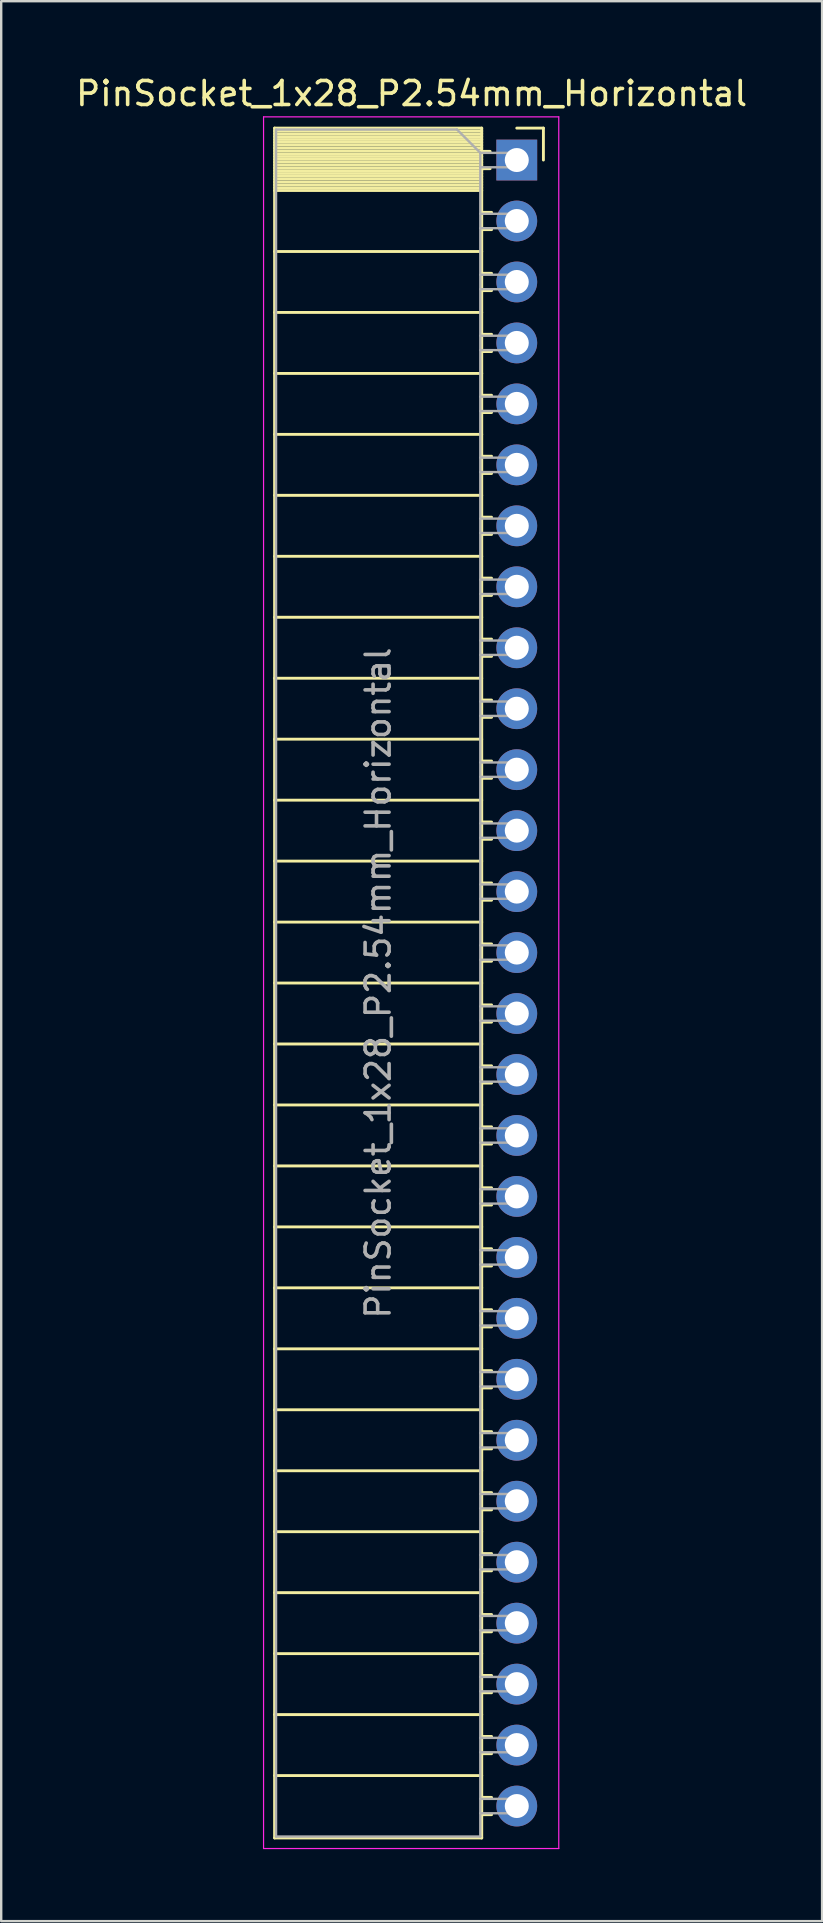
<source format=kicad_pcb>
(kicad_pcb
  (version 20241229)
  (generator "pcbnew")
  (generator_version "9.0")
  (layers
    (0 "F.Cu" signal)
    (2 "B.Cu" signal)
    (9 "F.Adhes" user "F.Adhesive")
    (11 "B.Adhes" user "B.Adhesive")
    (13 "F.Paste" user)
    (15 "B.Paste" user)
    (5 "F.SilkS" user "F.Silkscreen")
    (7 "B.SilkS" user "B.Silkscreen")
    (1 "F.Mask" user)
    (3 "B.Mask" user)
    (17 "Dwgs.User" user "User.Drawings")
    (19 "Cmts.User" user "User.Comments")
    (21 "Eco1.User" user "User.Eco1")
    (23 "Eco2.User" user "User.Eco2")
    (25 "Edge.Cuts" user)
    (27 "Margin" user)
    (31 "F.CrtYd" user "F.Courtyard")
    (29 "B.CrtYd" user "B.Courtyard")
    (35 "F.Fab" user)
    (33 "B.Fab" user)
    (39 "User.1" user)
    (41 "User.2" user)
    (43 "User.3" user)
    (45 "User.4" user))
  (footprint "PinSocket_1x28_P2.54mm_Horizontal"
    (layer "F.Cu")
    (at 18.481 3.618)
    (property "Reference" "PinSocket_1x28_P2.54mm_Horizontal" (at -4.38 -2.77 0) (layer "F.SilkS") (effects (font (size 1 1) (thickness 0.15))))
    (attr through_hole)
    (fp_line (start -10.09 -1.33) (end -10.09 69.91) (stroke (width 0.12) (type solid)) (layer "F.SilkS"))
    (fp_line (start -10.09 -1.33) (end -1.46 -1.33) (stroke (width 0.12) (type solid)) (layer "F.SilkS"))
    (fp_line (start -10.09 -1.21) (end -1.46 -1.21) (stroke (width 0.12) (type solid)) (layer "F.SilkS"))
    (fp_line (start -10.09 -1.092) (end -1.46 -1.092) (stroke (width 0.12) (type solid)) (layer "F.SilkS"))
    (fp_line (start -10.09 -0.974) (end -1.46 -0.974) (stroke (width 0.12) (type solid)) (layer "F.SilkS"))
    (fp_line (start -10.09 -0.856) (end -1.46 -0.856) (stroke (width 0.12) (type solid)) (layer "F.SilkS"))
    (fp_line (start -10.09 -0.738) (end -1.46 -0.738) (stroke (width 0.12) (type solid)) (layer "F.SilkS"))
    (fp_line (start -10.09 -0.62) (end -1.46 -0.62) (stroke (width 0.12) (type solid)) (layer "F.SilkS"))
    (fp_line (start -10.09 -0.501) (end -1.46 -0.501) (stroke (width 0.12) (type solid)) (layer "F.SilkS"))
    (fp_line (start -10.09 -0.383) (end -1.46 -0.383) (stroke (width 0.12) (type solid)) (layer "F.SilkS"))
    (fp_line (start -10.09 -0.265) (end -1.46 -0.265) (stroke (width 0.12) (type solid)) (layer "F.SilkS"))
    (fp_line (start -10.09 -0.147) (end -1.46 -0.147) (stroke (width 0.12) (type solid)) (layer "F.SilkS"))
    (fp_line (start -10.09 -0.029) (end -1.46 -0.029) (stroke (width 0.12) (type solid)) (layer "F.SilkS"))
    (fp_line (start -10.09 0.089) (end -1.46 0.089) (stroke (width 0.12) (type solid)) (layer "F.SilkS"))
    (fp_line (start -10.09 0.207) (end -1.46 0.207) (stroke (width 0.12) (type solid)) (layer "F.SilkS"))
    (fp_line (start -10.09 0.325) (end -1.46 0.325) (stroke (width 0.12) (type solid)) (layer "F.SilkS"))
    (fp_line (start -10.09 0.443) (end -1.46 0.443) (stroke (width 0.12) (type solid)) (layer "F.SilkS"))
    (fp_line (start -10.09 0.561) (end -1.46 0.561) (stroke (width 0.12) (type solid)) (layer "F.SilkS"))
    (fp_line (start -10.09 0.68) (end -1.46 0.68) (stroke (width 0.12) (type solid)) (layer "F.SilkS"))
    (fp_line (start -10.09 0.798) (end -1.46 0.798) (stroke (width 0.12) (type solid)) (layer "F.SilkS"))
    (fp_line (start -10.09 0.916) (end -1.46 0.916) (stroke (width 0.12) (type solid)) (layer "F.SilkS"))
    (fp_line (start -10.09 1.034) (end -1.46 1.034) (stroke (width 0.12) (type solid)) (layer "F.SilkS"))
    (fp_line (start -10.09 1.152) (end -1.46 1.152) (stroke (width 0.12) (type solid)) (layer "F.SilkS"))
    (fp_line (start -10.09 1.27) (end -1.46 1.27) (stroke (width 0.12) (type solid)) (layer "F.SilkS"))
    (fp_line (start -10.09 3.81) (end -1.46 3.81) (stroke (width 0.12) (type solid)) (layer "F.SilkS"))
    (fp_line (start -10.09 6.35) (end -1.46 6.35) (stroke (width 0.12) (type solid)) (layer "F.SilkS"))
    (fp_line (start -10.09 8.89) (end -1.46 8.89) (stroke (width 0.12) (type solid)) (layer "F.SilkS"))
    (fp_line (start -10.09 11.43) (end -1.46 11.43) (stroke (width 0.12) (type solid)) (layer "F.SilkS"))
    (fp_line (start -10.09 13.97) (end -1.46 13.97) (stroke (width 0.12) (type solid)) (layer "F.SilkS"))
    (fp_line (start -10.09 16.51) (end -1.46 16.51) (stroke (width 0.12) (type solid)) (layer "F.SilkS"))
    (fp_line (start -10.09 19.05) (end -1.46 19.05) (stroke (width 0.12) (type solid)) (layer "F.SilkS"))
    (fp_line (start -10.09 21.59) (end -1.46 21.59) (stroke (width 0.12) (type solid)) (layer "F.SilkS"))
    (fp_line (start -10.09 24.13) (end -1.46 24.13) (stroke (width 0.12) (type solid)) (layer "F.SilkS"))
    (fp_line (start -10.09 26.67) (end -1.46 26.67) (stroke (width 0.12) (type solid)) (layer "F.SilkS"))
    (fp_line (start -10.09 29.21) (end -1.46 29.21) (stroke (width 0.12) (type solid)) (layer "F.SilkS"))
    (fp_line (start -10.09 31.75) (end -1.46 31.75) (stroke (width 0.12) (type solid)) (layer "F.SilkS"))
    (fp_line (start -10.09 34.29) (end -1.46 34.29) (stroke (width 0.12) (type solid)) (layer "F.SilkS"))
    (fp_line (start -10.09 36.83) (end -1.46 36.83) (stroke (width 0.12) (type solid)) (layer "F.SilkS"))
    (fp_line (start -10.09 39.37) (end -1.46 39.37) (stroke (width 0.12) (type solid)) (layer "F.SilkS"))
    (fp_line (start -10.09 41.91) (end -1.46 41.91) (stroke (width 0.12) (type solid)) (layer "F.SilkS"))
    (fp_line (start -10.09 44.45) (end -1.46 44.45) (stroke (width 0.12) (type solid)) (layer "F.SilkS"))
    (fp_line (start -10.09 46.99) (end -1.46 46.99) (stroke (width 0.12) (type solid)) (layer "F.SilkS"))
    (fp_line (start -10.09 49.53) (end -1.46 49.53) (stroke (width 0.12) (type solid)) (layer "F.SilkS"))
    (fp_line (start -10.09 52.07) (end -1.46 52.07) (stroke (width 0.12) (type solid)) (layer "F.SilkS"))
    (fp_line (start -10.09 54.61) (end -1.46 54.61) (stroke (width 0.12) (type solid)) (layer "F.SilkS"))
    (fp_line (start -10.09 57.15) (end -1.46 57.15) (stroke (width 0.12) (type solid)) (layer "F.SilkS"))
    (fp_line (start -10.09 59.69) (end -1.46 59.69) (stroke (width 0.12) (type solid)) (layer "F.SilkS"))
    (fp_line (start -10.09 62.23) (end -1.46 62.23) (stroke (width 0.12) (type solid)) (layer "F.SilkS"))
    (fp_line (start -10.09 64.77) (end -1.46 64.77) (stroke (width 0.12) (type solid)) (layer "F.SilkS"))
    (fp_line (start -10.09 67.31) (end -1.46 67.31) (stroke (width 0.12) (type solid)) (layer "F.SilkS"))
    (fp_line (start -10.09 69.91) (end -1.46 69.91) (stroke (width 0.12) (type solid)) (layer "F.SilkS"))
    (fp_line (start -1.46 -1.33) (end -1.46 69.91) (stroke (width 0.12) (type solid)) (layer "F.SilkS"))
    (fp_line (start -1.46 -0.36) (end -1.11 -0.36) (stroke (width 0.12) (type solid)) (layer "F.SilkS"))
    (fp_line (start -1.46 0.36) (end -1.11 0.36) (stroke (width 0.12) (type solid)) (layer "F.SilkS"))
    (fp_line (start -1.46 2.18) (end -1.05 2.18) (stroke (width 0.12) (type solid)) (layer "F.SilkS"))
    (fp_line (start -1.46 2.9) (end -1.05 2.9) (stroke (width 0.12) (type solid)) (layer "F.SilkS"))
    (fp_line (start -1.46 4.72) (end -1.05 4.72) (stroke (width 0.12) (type solid)) (layer "F.SilkS"))
    (fp_line (start -1.46 5.44) (end -1.05 5.44) (stroke (width 0.12) (type solid)) (layer "F.SilkS"))
    (fp_line (start -1.46 7.26) (end -1.05 7.26) (stroke (width 0.12) (type solid)) (layer "F.SilkS"))
    (fp_line (start -1.46 7.98) (end -1.05 7.98) (stroke (width 0.12) (type solid)) (layer "F.SilkS"))
    (fp_line (start -1.46 9.8) (end -1.05 9.8) (stroke (width 0.12) (type solid)) (layer "F.SilkS"))
    (fp_line (start -1.46 10.52) (end -1.05 10.52) (stroke (width 0.12) (type solid)) (layer "F.SilkS"))
    (fp_line (start -1.46 12.34) (end -1.05 12.34) (stroke (width 0.12) (type solid)) (layer "F.SilkS"))
    (fp_line (start -1.46 13.06) (end -1.05 13.06) (stroke (width 0.12) (type solid)) (layer "F.SilkS"))
    (fp_line (start -1.46 14.88) (end -1.05 14.88) (stroke (width 0.12) (type solid)) (layer "F.SilkS"))
    (fp_line (start -1.46 15.6) (end -1.05 15.6) (stroke (width 0.12) (type solid)) (layer "F.SilkS"))
    (fp_line (start -1.46 17.42) (end -1.05 17.42) (stroke (width 0.12) (type solid)) (layer "F.SilkS"))
    (fp_line (start -1.46 18.14) (end -1.05 18.14) (stroke (width 0.12) (type solid)) (layer "F.SilkS"))
    (fp_line (start -1.46 19.96) (end -1.05 19.96) (stroke (width 0.12) (type solid)) (layer "F.SilkS"))
    (fp_line (start -1.46 20.68) (end -1.05 20.68) (stroke (width 0.12) (type solid)) (layer "F.SilkS"))
    (fp_line (start -1.46 22.5) (end -1.05 22.5) (stroke (width 0.12) (type solid)) (layer "F.SilkS"))
    (fp_line (start -1.46 23.22) (end -1.05 23.22) (stroke (width 0.12) (type solid)) (layer "F.SilkS"))
    (fp_line (start -1.46 25.04) (end -1.05 25.04) (stroke (width 0.12) (type solid)) (layer "F.SilkS"))
    (fp_line (start -1.46 25.76) (end -1.05 25.76) (stroke (width 0.12) (type solid)) (layer "F.SilkS"))
    (fp_line (start -1.46 27.58) (end -1.05 27.58) (stroke (width 0.12) (type solid)) (layer "F.SilkS"))
    (fp_line (start -1.46 28.3) (end -1.05 28.3) (stroke (width 0.12) (type solid)) (layer "F.SilkS"))
    (fp_line (start -1.46 30.12) (end -1.05 30.12) (stroke (width 0.12) (type solid)) (layer "F.SilkS"))
    (fp_line (start -1.46 30.84) (end -1.05 30.84) (stroke (width 0.12) (type solid)) (layer "F.SilkS"))
    (fp_line (start -1.46 32.66) (end -1.05 32.66) (stroke (width 0.12) (type solid)) (layer "F.SilkS"))
    (fp_line (start -1.46 33.38) (end -1.05 33.38) (stroke (width 0.12) (type solid)) (layer "F.SilkS"))
    (fp_line (start -1.46 35.2) (end -1.05 35.2) (stroke (width 0.12) (type solid)) (layer "F.SilkS"))
    (fp_line (start -1.46 35.92) (end -1.05 35.92) (stroke (width 0.12) (type solid)) (layer "F.SilkS"))
    (fp_line (start -1.46 37.74) (end -1.05 37.74) (stroke (width 0.12) (type solid)) (layer "F.SilkS"))
    (fp_line (start -1.46 38.46) (end -1.05 38.46) (stroke (width 0.12) (type solid)) (layer "F.SilkS"))
    (fp_line (start -1.46 40.28) (end -1.05 40.28) (stroke (width 0.12) (type solid)) (layer "F.SilkS"))
    (fp_line (start -1.46 41) (end -1.05 41) (stroke (width 0.12) (type solid)) (layer "F.SilkS"))
    (fp_line (start -1.46 42.82) (end -1.05 42.82) (stroke (width 0.12) (type solid)) (layer "F.SilkS"))
    (fp_line (start -1.46 43.54) (end -1.05 43.54) (stroke (width 0.12) (type solid)) (layer "F.SilkS"))
    (fp_line (start -1.46 45.36) (end -1.05 45.36) (stroke (width 0.12) (type solid)) (layer "F.SilkS"))
    (fp_line (start -1.46 46.08) (end -1.05 46.08) (stroke (width 0.12) (type solid)) (layer "F.SilkS"))
    (fp_line (start -1.46 47.9) (end -1.05 47.9) (stroke (width 0.12) (type solid)) (layer "F.SilkS"))
    (fp_line (start -1.46 48.62) (end -1.05 48.62) (stroke (width 0.12) (type solid)) (layer "F.SilkS"))
    (fp_line (start -1.46 50.44) (end -1.05 50.44) (stroke (width 0.12) (type solid)) (layer "F.SilkS"))
    (fp_line (start -1.46 51.16) (end -1.05 51.16) (stroke (width 0.12) (type solid)) (layer "F.SilkS"))
    (fp_line (start -1.46 52.98) (end -1.05 52.98) (stroke (width 0.12) (type solid)) (layer "F.SilkS"))
    (fp_line (start -1.46 53.7) (end -1.05 53.7) (stroke (width 0.12) (type solid)) (layer "F.SilkS"))
    (fp_line (start -1.46 55.52) (end -1.05 55.52) (stroke (width 0.12) (type solid)) (layer "F.SilkS"))
    (fp_line (start -1.46 56.24) (end -1.05 56.24) (stroke (width 0.12) (type solid)) (layer "F.SilkS"))
    (fp_line (start -1.46 58.06) (end -1.05 58.06) (stroke (width 0.12) (type solid)) (layer "F.SilkS"))
    (fp_line (start -1.46 58.78) (end -1.05 58.78) (stroke (width 0.12) (type solid)) (layer "F.SilkS"))
    (fp_line (start -1.46 60.6) (end -1.05 60.6) (stroke (width 0.12) (type solid)) (layer "F.SilkS"))
    (fp_line (start -1.46 61.32) (end -1.05 61.32) (stroke (width 0.12) (type solid)) (layer "F.SilkS"))
    (fp_line (start -1.46 63.14) (end -1.05 63.14) (stroke (width 0.12) (type solid)) (layer "F.SilkS"))
    (fp_line (start -1.46 63.86) (end -1.05 63.86) (stroke (width 0.12) (type solid)) (layer "F.SilkS"))
    (fp_line (start -1.46 65.68) (end -1.05 65.68) (stroke (width 0.12) (type solid)) (layer "F.SilkS"))
    (fp_line (start -1.46 66.4) (end -1.05 66.4) (stroke (width 0.12) (type solid)) (layer "F.SilkS"))
    (fp_line (start -1.46 68.22) (end -1.05 68.22) (stroke (width 0.12) (type solid)) (layer "F.SilkS"))
    (fp_line (start -1.46 68.94) (end -1.05 68.94) (stroke (width 0.12) (type solid)) (layer "F.SilkS"))
    (fp_line (start 0 -1.33) (end 1.11 -1.33) (stroke (width 0.12) (type solid)) (layer "F.SilkS"))
    (fp_line (start 1.11 -1.33) (end 1.11 0) (stroke (width 0.12) (type solid)) (layer "F.SilkS"))
    (fp_line (start -10.55 -1.8) (end -10.55 70.35) (stroke (width 0.05) (type solid)) (layer "F.CrtYd"))
    (fp_line (start -10.55 70.35) (end 1.75 70.35) (stroke (width 0.05) (type solid)) (layer "F.CrtYd"))
    (fp_line (start 1.75 -1.8) (end -10.55 -1.8) (stroke (width 0.05) (type solid)) (layer "F.CrtYd"))
    (fp_line (start 1.75 70.35) (end 1.75 -1.8) (stroke (width 0.05) (type solid)) (layer "F.CrtYd"))
    (fp_line (start -10.03 -1.27) (end -2.49 -1.27) (stroke (width 0.1) (type solid)) (layer "F.Fab"))
    (fp_line (start -10.03 69.85) (end -10.03 -1.27) (stroke (width 0.1) (type solid)) (layer "F.Fab"))
    (fp_line (start -2.49 -1.27) (end -1.52 -0.3) (stroke (width 0.1) (type solid)) (layer "F.Fab"))
    (fp_line (start -1.52 -0.3) (end -1.52 69.85) (stroke (width 0.1) (type solid)) (layer "F.Fab"))
    (fp_line (start -1.52 0.3) (end 0 0.3) (stroke (width 0.1) (type solid)) (layer "F.Fab"))
    (fp_line (start -1.52 2.84) (end 0 2.84) (stroke (width 0.1) (type solid)) (layer "F.Fab"))
    (fp_line (start -1.52 5.38) (end 0 5.38) (stroke (width 0.1) (type solid)) (layer "F.Fab"))
    (fp_line (start -1.52 7.92) (end 0 7.92) (stroke (width 0.1) (type solid)) (layer "F.Fab"))
    (fp_line (start -1.52 10.46) (end 0 10.46) (stroke (width 0.1) (type solid)) (layer "F.Fab"))
    (fp_line (start -1.52 13) (end 0 13) (stroke (width 0.1) (type solid)) (layer "F.Fab"))
    (fp_line (start -1.52 15.54) (end 0 15.54) (stroke (width 0.1) (type solid)) (layer "F.Fab"))
    (fp_line (start -1.52 18.08) (end 0 18.08) (stroke (width 0.1) (type solid)) (layer "F.Fab"))
    (fp_line (start -1.52 20.62) (end 0 20.62) (stroke (width 0.1) (type solid)) (layer "F.Fab"))
    (fp_line (start -1.52 23.16) (end 0 23.16) (stroke (width 0.1) (type solid)) (layer "F.Fab"))
    (fp_line (start -1.52 25.7) (end 0 25.7) (stroke (width 0.1) (type solid)) (layer "F.Fab"))
    (fp_line (start -1.52 28.24) (end 0 28.24) (stroke (width 0.1) (type solid)) (layer "F.Fab"))
    (fp_line (start -1.52 30.78) (end 0 30.78) (stroke (width 0.1) (type solid)) (layer "F.Fab"))
    (fp_line (start -1.52 33.32) (end 0 33.32) (stroke (width 0.1) (type solid)) (layer "F.Fab"))
    (fp_line (start -1.52 35.86) (end 0 35.86) (stroke (width 0.1) (type solid)) (layer "F.Fab"))
    (fp_line (start -1.52 38.4) (end 0 38.4) (stroke (width 0.1) (type solid)) (layer "F.Fab"))
    (fp_line (start -1.52 40.94) (end 0 40.94) (stroke (width 0.1) (type solid)) (layer "F.Fab"))
    (fp_line (start -1.52 43.48) (end 0 43.48) (stroke (width 0.1) (type solid)) (layer "F.Fab"))
    (fp_line (start -1.52 46.02) (end 0 46.02) (stroke (width 0.1) (type solid)) (layer "F.Fab"))
    (fp_line (start -1.52 48.56) (end 0 48.56) (stroke (width 0.1) (type solid)) (layer "F.Fab"))
    (fp_line (start -1.52 51.1) (end 0 51.1) (stroke (width 0.1) (type solid)) (layer "F.Fab"))
    (fp_line (start -1.52 53.64) (end 0 53.64) (stroke (width 0.1) (type solid)) (layer "F.Fab"))
    (fp_line (start -1.52 56.18) (end 0 56.18) (stroke (width 0.1) (type solid)) (layer "F.Fab"))
    (fp_line (start -1.52 58.72) (end 0 58.72) (stroke (width 0.1) (type solid)) (layer "F.Fab"))
    (fp_line (start -1.52 61.26) (end 0 61.26) (stroke (width 0.1) (type solid)) (layer "F.Fab"))
    (fp_line (start -1.52 63.8) (end 0 63.8) (stroke (width 0.1) (type solid)) (layer "F.Fab"))
    (fp_line (start -1.52 66.34) (end 0 66.34) (stroke (width 0.1) (type solid)) (layer "F.Fab"))
    (fp_line (start -1.52 68.88) (end 0 68.88) (stroke (width 0.1) (type solid)) (layer "F.Fab"))
    (fp_line (start -1.52 69.85) (end -10.03 69.85) (stroke (width 0.1) (type solid)) (layer "F.Fab"))
    (fp_line (start 0 -0.3) (end -1.52 -0.3) (stroke (width 0.1) (type solid)) (layer "F.Fab"))
    (fp_line (start 0 0.3) (end 0 -0.3) (stroke (width 0.1) (type solid)) (layer "F.Fab"))
    (fp_line (start 0 2.24) (end -1.52 2.24) (stroke (width 0.1) (type solid)) (layer "F.Fab"))
    (fp_line (start 0 2.84) (end 0 2.24) (stroke (width 0.1) (type solid)) (layer "F.Fab"))
    (fp_line (start 0 4.78) (end -1.52 4.78) (stroke (width 0.1) (type solid)) (layer "F.Fab"))
    (fp_line (start 0 5.38) (end 0 4.78) (stroke (width 0.1) (type solid)) (layer "F.Fab"))
    (fp_line (start 0 7.32) (end -1.52 7.32) (stroke (width 0.1) (type solid)) (layer "F.Fab"))
    (fp_line (start 0 7.92) (end 0 7.32) (stroke (width 0.1) (type solid)) (layer "F.Fab"))
    (fp_line (start 0 9.86) (end -1.52 9.86) (stroke (width 0.1) (type solid)) (layer "F.Fab"))
    (fp_line (start 0 10.46) (end 0 9.86) (stroke (width 0.1) (type solid)) (layer "F.Fab"))
    (fp_line (start 0 12.4) (end -1.52 12.4) (stroke (width 0.1) (type solid)) (layer "F.Fab"))
    (fp_line (start 0 13) (end 0 12.4) (stroke (width 0.1) (type solid)) (layer "F.Fab"))
    (fp_line (start 0 14.94) (end -1.52 14.94) (stroke (width 0.1) (type solid)) (layer "F.Fab"))
    (fp_line (start 0 15.54) (end 0 14.94) (stroke (width 0.1) (type solid)) (layer "F.Fab"))
    (fp_line (start 0 17.48) (end -1.52 17.48) (stroke (width 0.1) (type solid)) (layer "F.Fab"))
    (fp_line (start 0 18.08) (end 0 17.48) (stroke (width 0.1) (type solid)) (layer "F.Fab"))
    (fp_line (start 0 20.02) (end -1.52 20.02) (stroke (width 0.1) (type solid)) (layer "F.Fab"))
    (fp_line (start 0 20.62) (end 0 20.02) (stroke (width 0.1) (type solid)) (layer "F.Fab"))
    (fp_line (start 0 22.56) (end -1.52 22.56) (stroke (width 0.1) (type solid)) (layer "F.Fab"))
    (fp_line (start 0 23.16) (end 0 22.56) (stroke (width 0.1) (type solid)) (layer "F.Fab"))
    (fp_line (start 0 25.1) (end -1.52 25.1) (stroke (width 0.1) (type solid)) (layer "F.Fab"))
    (fp_line (start 0 25.7) (end 0 25.1) (stroke (width 0.1) (type solid)) (layer "F.Fab"))
    (fp_line (start 0 27.64) (end -1.52 27.64) (stroke (width 0.1) (type solid)) (layer "F.Fab"))
    (fp_line (start 0 28.24) (end 0 27.64) (stroke (width 0.1) (type solid)) (layer "F.Fab"))
    (fp_line (start 0 30.18) (end -1.52 30.18) (stroke (width 0.1) (type solid)) (layer "F.Fab"))
    (fp_line (start 0 30.78) (end 0 30.18) (stroke (width 0.1) (type solid)) (layer "F.Fab"))
    (fp_line (start 0 32.72) (end -1.52 32.72) (stroke (width 0.1) (type solid)) (layer "F.Fab"))
    (fp_line (start 0 33.32) (end 0 32.72) (stroke (width 0.1) (type solid)) (layer "F.Fab"))
    (fp_line (start 0 35.26) (end -1.52 35.26) (stroke (width 0.1) (type solid)) (layer "F.Fab"))
    (fp_line (start 0 35.86) (end 0 35.26) (stroke (width 0.1) (type solid)) (layer "F.Fab"))
    (fp_line (start 0 37.8) (end -1.52 37.8) (stroke (width 0.1) (type solid)) (layer "F.Fab"))
    (fp_line (start 0 38.4) (end 0 37.8) (stroke (width 0.1) (type solid)) (layer "F.Fab"))
    (fp_line (start 0 40.34) (end -1.52 40.34) (stroke (width 0.1) (type solid)) (layer "F.Fab"))
    (fp_line (start 0 40.94) (end 0 40.34) (stroke (width 0.1) (type solid)) (layer "F.Fab"))
    (fp_line (start 0 42.88) (end -1.52 42.88) (stroke (width 0.1) (type solid)) (layer "F.Fab"))
    (fp_line (start 0 43.48) (end 0 42.88) (stroke (width 0.1) (type solid)) (layer "F.Fab"))
    (fp_line (start 0 45.42) (end -1.52 45.42) (stroke (width 0.1) (type solid)) (layer "F.Fab"))
    (fp_line (start 0 46.02) (end 0 45.42) (stroke (width 0.1) (type solid)) (layer "F.Fab"))
    (fp_line (start 0 47.96) (end -1.52 47.96) (stroke (width 0.1) (type solid)) (layer "F.Fab"))
    (fp_line (start 0 48.56) (end 0 47.96) (stroke (width 0.1) (type solid)) (layer "F.Fab"))
    (fp_line (start 0 50.5) (end -1.52 50.5) (stroke (width 0.1) (type solid)) (layer "F.Fab"))
    (fp_line (start 0 51.1) (end 0 50.5) (stroke (width 0.1) (type solid)) (layer "F.Fab"))
    (fp_line (start 0 53.04) (end -1.52 53.04) (stroke (width 0.1) (type solid)) (layer "F.Fab"))
    (fp_line (start 0 53.64) (end 0 53.04) (stroke (width 0.1) (type solid)) (layer "F.Fab"))
    (fp_line (start 0 55.58) (end -1.52 55.58) (stroke (width 0.1) (type solid)) (layer "F.Fab"))
    (fp_line (start 0 56.18) (end 0 55.58) (stroke (width 0.1) (type solid)) (layer "F.Fab"))
    (fp_line (start 0 58.12) (end -1.52 58.12) (stroke (width 0.1) (type solid)) (layer "F.Fab"))
    (fp_line (start 0 58.72) (end 0 58.12) (stroke (width 0.1) (type solid)) (layer "F.Fab"))
    (fp_line (start 0 60.66) (end -1.52 60.66) (stroke (width 0.1) (type solid)) (layer "F.Fab"))
    (fp_line (start 0 61.26) (end 0 60.66) (stroke (width 0.1) (type solid)) (layer "F.Fab"))
    (fp_line (start 0 63.2) (end -1.52 63.2) (stroke (width 0.1) (type solid)) (layer "F.Fab"))
    (fp_line (start 0 63.8) (end 0 63.2) (stroke (width 0.1) (type solid)) (layer "F.Fab"))
    (fp_line (start 0 65.74) (end -1.52 65.74) (stroke (width 0.1) (type solid)) (layer "F.Fab"))
    (fp_line (start 0 66.34) (end 0 65.74) (stroke (width 0.1) (type solid)) (layer "F.Fab"))
    (fp_line (start 0 68.28) (end -1.52 68.28) (stroke (width 0.1) (type solid)) (layer "F.Fab"))
    (fp_line (start 0 68.88) (end 0 68.28) (stroke (width 0.1) (type solid)) (layer "F.Fab"))
    (fp_text user "${REFERENCE}" (at -5.775 34.29 90) (layer "F.Fab") (effects (font (size 1 1) (thickness 0.15))))
    (pad "1" thru_hole rect (at 0 0) (size 1.7 1.7) (drill 1) (layers "*.Cu" "*.Mask"))
    (pad "2" thru_hole oval (at 0 2.54) (size 1.7 1.7) (drill 1) (layers "*.Cu" "*.Mask"))
    (pad "3" thru_hole oval (at 0 5.08) (size 1.7 1.7) (drill 1) (layers "*.Cu" "*.Mask"))
    (pad "4" thru_hole oval (at 0 7.62) (size 1.7 1.7) (drill 1) (layers "*.Cu" "*.Mask"))
    (pad "5" thru_hole oval (at 0 10.16) (size 1.7 1.7) (drill 1) (layers "*.Cu" "*.Mask"))
    (pad "6" thru_hole oval (at 0 12.7) (size 1.7 1.7) (drill 1) (layers "*.Cu" "*.Mask"))
    (pad "7" thru_hole oval (at 0 15.24) (size 1.7 1.7) (drill 1) (layers "*.Cu" "*.Mask"))
    (pad "8" thru_hole oval (at 0 17.78) (size 1.7 1.7) (drill 1) (layers "*.Cu" "*.Mask"))
    (pad "9" thru_hole oval (at 0 20.32) (size 1.7 1.7) (drill 1) (layers "*.Cu" "*.Mask"))
    (pad "10" thru_hole oval (at 0 22.86) (size 1.7 1.7) (drill 1) (layers "*.Cu" "*.Mask"))
    (pad "11" thru_hole oval (at 0 25.4) (size 1.7 1.7) (drill 1) (layers "*.Cu" "*.Mask"))
    (pad "12" thru_hole oval (at 0 27.94) (size 1.7 1.7) (drill 1) (layers "*.Cu" "*.Mask"))
    (pad "13" thru_hole oval (at 0 30.48) (size 1.7 1.7) (drill 1) (layers "*.Cu" "*.Mask"))
    (pad "14" thru_hole oval (at 0 33.02) (size 1.7 1.7) (drill 1) (layers "*.Cu" "*.Mask"))
    (pad "15" thru_hole oval (at 0 35.56) (size 1.7 1.7) (drill 1) (layers "*.Cu" "*.Mask"))
    (pad "16" thru_hole oval (at 0 38.1) (size 1.7 1.7) (drill 1) (layers "*.Cu" "*.Mask"))
    (pad "17" thru_hole oval (at 0 40.64) (size 1.7 1.7) (drill 1) (layers "*.Cu" "*.Mask"))
    (pad "18" thru_hole oval (at 0 43.18) (size 1.7 1.7) (drill 1) (layers "*.Cu" "*.Mask"))
    (pad "19" thru_hole oval (at 0 45.72) (size 1.7 1.7) (drill 1) (layers "*.Cu" "*.Mask"))
    (pad "20" thru_hole oval (at 0 48.26) (size 1.7 1.7) (drill 1) (layers "*.Cu" "*.Mask"))
    (pad "21" thru_hole oval (at 0 50.8) (size 1.7 1.7) (drill 1) (layers "*.Cu" "*.Mask"))
    (pad "22" thru_hole oval (at 0 53.34) (size 1.7 1.7) (drill 1) (layers "*.Cu" "*.Mask"))
    (pad "23" thru_hole oval (at 0 55.88) (size 1.7 1.7) (drill 1) (layers "*.Cu" "*.Mask"))
    (pad "24" thru_hole oval (at 0 58.42) (size 1.7 1.7) (drill 1) (layers "*.Cu" "*.Mask"))
    (pad "25" thru_hole oval (at 0 60.96) (size 1.7 1.7) (drill 1) (layers "*.Cu" "*.Mask"))
    (pad "26" thru_hole oval (at 0 63.5) (size 1.7 1.7) (drill 1) (layers "*.Cu" "*.Mask"))
    (pad "27" thru_hole oval (at 0 66.04) (size 1.7 1.7) (drill 1) (layers "*.Cu" "*.Mask"))
    (pad "28" thru_hole oval (at 0 68.58) (size 1.7 1.7) (drill 1) (layers "*.Cu" "*.Mask")))
  (gr_rect
    (start -3 -3)
    (end 31.202 76.993)
    (stroke (width 0.1) (type default))
    (fill no)
    (layer "Edge.Cuts")))
</source>
